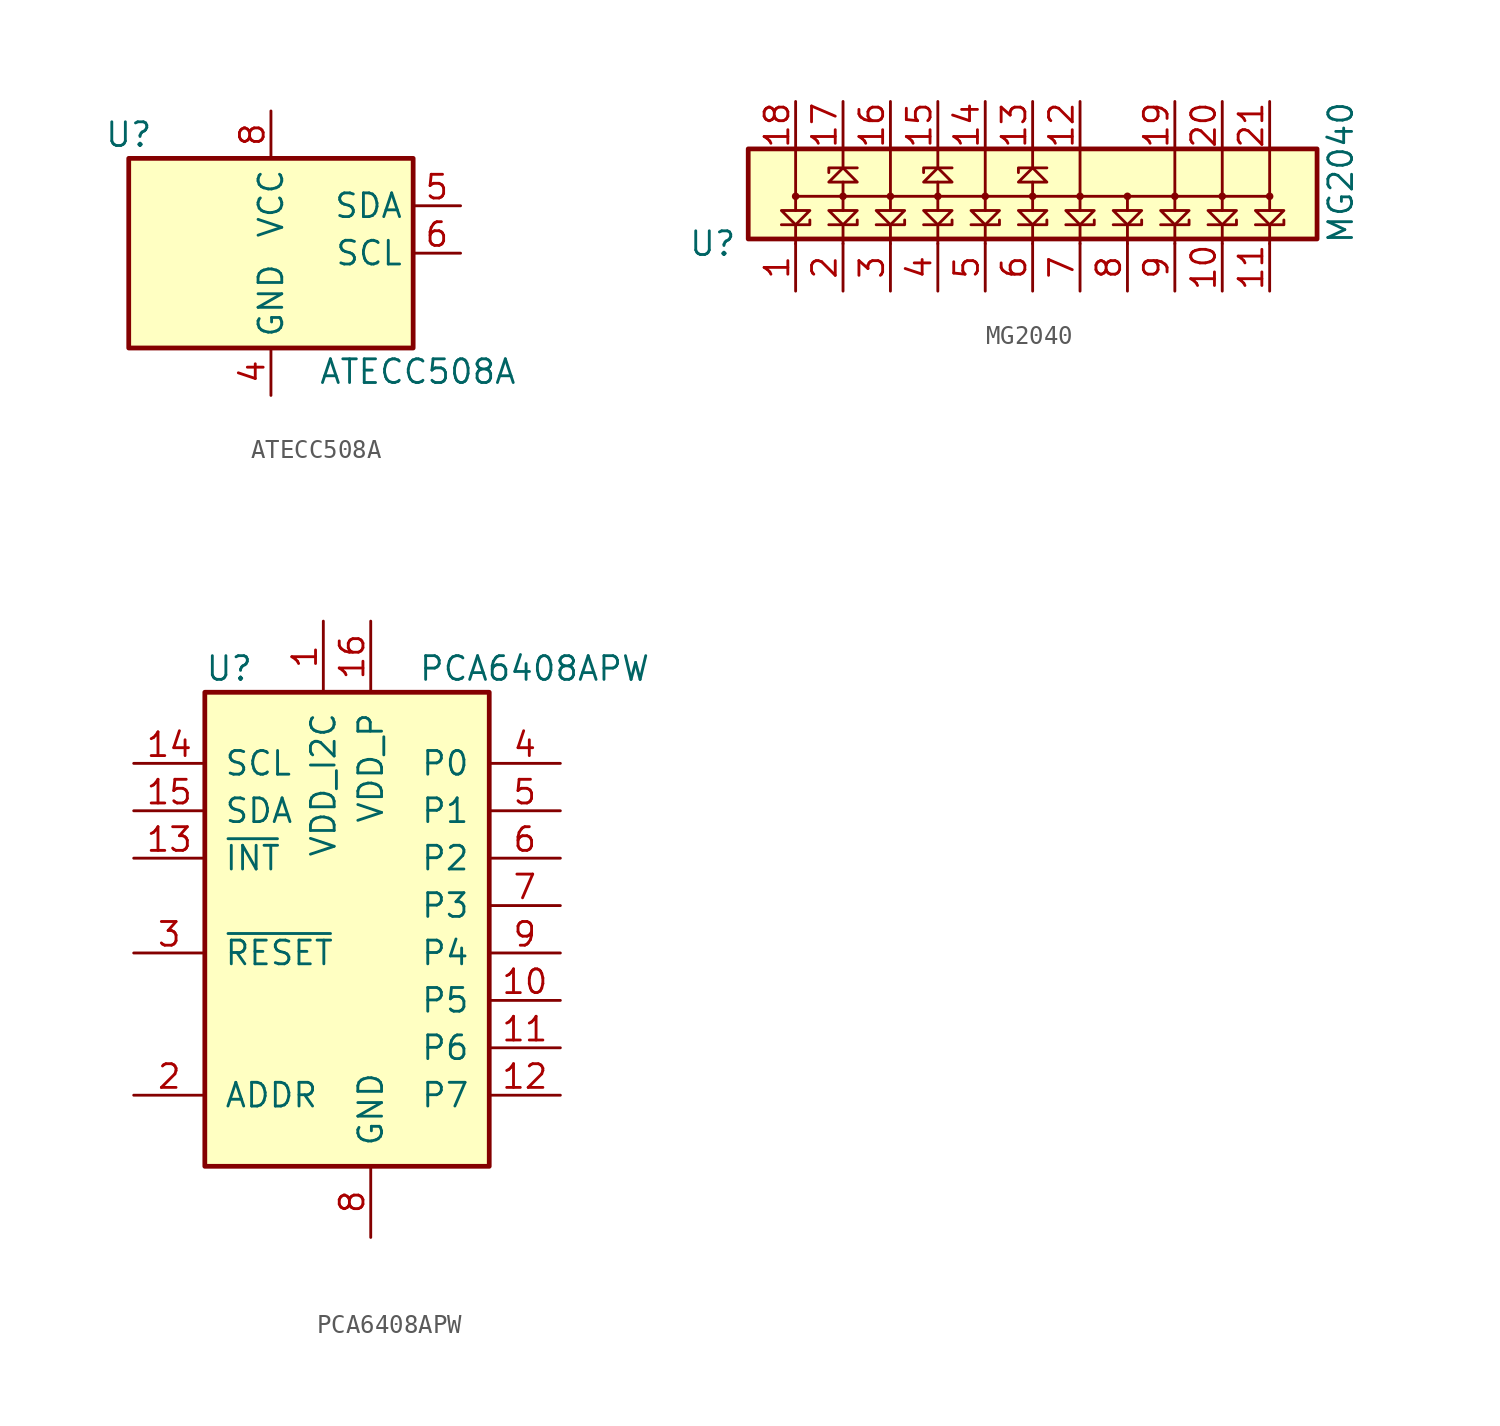
<source format=kicad_sym>
(kicad_symbol_lib
  (version 20231120)
  (generator "kicad_symbol_editor")
  (generator_version "8.0")
  (symbol "ATECC508A"
    (property "Reference" "U"
      (at -7.62 6.35 0)
      (effects (font (size 1.27 1.27))))
    (property "Value" "ATECC508A"
      (at 2.54 -6.35 0)
      (effects (font (size 1.27 1.27)) (justify left)))
    (symbol "ATECC508A_1_1"
      (rectangle (start -7.62 5.08) (end 7.62 -5.08) (stroke (width 0.254) (type default)) (fill (type background)))
      (pin power_in line (at 0 -7.62 90) (length 2.54) (name "GND" (effects (font (size 1.27 1.27)))) (number "4" (effects (font (size 1.27 1.27)))))
      (pin input line (at 10.16 2.54 180) (length 2.54) (name "SDA" (effects (font (size 1.27 1.27)))) (number "5" (effects (font (size 1.27 1.27)))))
      (pin input line (at 10.16 0 180) (length 2.54) (name "SCL" (effects (font (size 1.27 1.27)))) (number "6" (effects (font (size 1.27 1.27)))))
      (pin power_in line (at 0 7.62 270) (length 2.54) (name "VCC" (effects (font (size 1.27 1.27)))) (number "8" (effects (font (size 1.27 1.27)))))
      (pin power_in line (at 0 -7.62 90) (length 2.54) hide (name "GND" (effects (font (size 1.27 1.27)))) (number "9" (effects (font (size 1.27 1.27)))))))
  (symbol "MG2040"
    (property "Reference" "U"
      (at -6.985 -2.54 0)
      (effects (font (size 1.27 1.27))))
    (property "Value" "MG2040"
      (at 26.67 1.27 90)
      (effects (font (size 1.27 1.27))))
    (symbol "MG2040_0_1"
      (rectangle (start -5.08 2.54) (end 25.4 -2.286) (stroke (width 0.254) (type default)) (fill (type background)))
      (polyline (pts (xy -2.54 0) (xy 22.86 0)) (stroke (width 0) (type default)) (fill (type none)))
      (polyline (pts (xy 5.08 -1.524) (xy 5.08 -2.54)) (stroke (width 0) (type default)) (fill (type none)))
      (polyline (pts (xy 5.08 0.762) (xy 5.08 -0.762)) (stroke (width 0) (type default)) (fill (type none)))
      (polyline (pts (xy 4.318 -1.524) (xy 5.842 -1.524) (xy 5.842 -1.27)) (stroke (width 0) (type default)) (fill (type none)))
      (polyline (pts (xy 5.842 -0.762) (xy 4.318 -0.762) (xy 5.08 -1.524) (xy 5.842 -0.762)) (stroke (width 0) (type default)) (fill (type none)))
      (circle (center 5.08 0) (radius 0.127) (stroke (width 0) (type default)) (fill (type none))))
    (symbol "MG2040_1_1"
      (circle (center -2.54 0) (radius 0.127) (stroke (width 0) (type default)) (fill (type none)))
      (polyline (pts (xy -2.54 -1.524) (xy -2.54 -2.54)) (stroke (width 0) (type default)) (fill (type none)))
      (polyline (pts (xy -2.54 2.54) (xy -2.54 -0.762)) (stroke (width 0) (type default)) (fill (type none)))
      (polyline (pts (xy 0 -1.524) (xy 0 -2.54)) (stroke (width 0) (type default)) (fill (type none)))
      (polyline (pts (xy 0 0.762) (xy 0 -0.762)) (stroke (width 0) (type default)) (fill (type none)))
      (polyline (pts (xy 0 1.524) (xy 0 2.54)) (stroke (width 0) (type default)) (fill (type none)))
      (polyline (pts (xy 2.54 -1.524) (xy 2.54 -2.54)) (stroke (width 0) (type default)) (fill (type none)))
      (polyline (pts (xy 2.54 2.54) (xy 2.54 -0.762)) (stroke (width 0) (type default)) (fill (type none)))
      (polyline (pts (xy 5.08 1.524) (xy 5.08 2.54)) (stroke (width 0) (type default)) (fill (type none)))
      (polyline (pts (xy 7.62 -1.524) (xy 7.62 -2.54)) (stroke (width 0) (type default)) (fill (type none)))
      (polyline (pts (xy 7.62 2.54) (xy 7.62 -0.762)) (stroke (width 0) (type default)) (fill (type none)))
      (polyline (pts (xy 10.16 -1.524) (xy 10.16 -2.54)) (stroke (width 0) (type default)) (fill (type none)))
      (polyline (pts (xy 10.16 0.762) (xy 10.16 -0.762)) (stroke (width 0) (type default)) (fill (type none)))
      (polyline (pts (xy 10.16 1.524) (xy 10.16 2.54)) (stroke (width 0) (type default)) (fill (type none)))
      (polyline (pts (xy 12.7 -1.524) (xy 12.7 -2.54)) (stroke (width 0) (type default)) (fill (type none)))
      (polyline (pts (xy 12.7 2.54) (xy 12.7 -0.762)) (stroke (width 0) (type default)) (fill (type none)))
      (polyline (pts (xy 15.24 -1.524) (xy 15.24 -2.54)) (stroke (width 0) (type default)) (fill (type none)))
      (polyline (pts (xy 15.24 0) (xy 15.24 -0.762)) (stroke (width 0) (type default)) (fill (type none)))
      (polyline (pts (xy 17.78 -1.524) (xy 17.78 -2.54)) (stroke (width 0) (type default)) (fill (type none)))
      (polyline (pts (xy 17.78 2.54) (xy 17.78 -0.762)) (stroke (width 0) (type default)) (fill (type none)))
      (polyline (pts (xy 20.32 -1.524) (xy 20.32 -2.54)) (stroke (width 0) (type default)) (fill (type none)))
      (polyline (pts (xy 20.32 2.54) (xy 20.32 -0.762)) (stroke (width 0) (type default)) (fill (type none)))
      (polyline (pts (xy 22.86 -1.524) (xy 22.86 -2.54)) (stroke (width 0) (type default)) (fill (type none)))
      (polyline (pts (xy 22.86 2.54) (xy 22.86 -0.762)) (stroke (width 0) (type default)) (fill (type none)))
      (polyline (pts (xy -3.302 -1.524) (xy -1.778 -1.524) (xy -1.778 -1.27)) (stroke (width 0) (type default)) (fill (type none)))
      (polyline (pts (xy -0.762 -1.524) (xy 0.762 -1.524) (xy 0.762 -1.27)) (stroke (width 0) (type default)) (fill (type none)))
      (polyline (pts (xy 0.762 1.524) (xy -0.762 1.524) (xy -0.762 1.27)) (stroke (width 0) (type default)) (fill (type none)))
      (polyline (pts (xy 1.778 -1.524) (xy 3.302 -1.524) (xy 3.302 -1.27)) (stroke (width 0) (type default)) (fill (type none)))
      (polyline (pts (xy 5.842 1.524) (xy 4.318 1.524) (xy 4.318 1.27)) (stroke (width 0) (type default)) (fill (type none)))
      (polyline (pts (xy 6.858 -1.524) (xy 8.382 -1.524) (xy 8.382 -1.27)) (stroke (width 0) (type default)) (fill (type none)))
      (polyline (pts (xy 9.398 -1.524) (xy 10.922 -1.524) (xy 10.922 -1.27)) (stroke (width 0) (type default)) (fill (type none)))
      (polyline (pts (xy 10.922 1.524) (xy 9.398 1.524) (xy 9.398 1.27)) (stroke (width 0) (type default)) (fill (type none)))
      (polyline (pts (xy 11.938 -1.524) (xy 13.462 -1.524) (xy 13.462 -1.27)) (stroke (width 0) (type default)) (fill (type none)))
      (polyline (pts (xy 14.478 -1.524) (xy 16.002 -1.524) (xy 16.002 -1.27)) (stroke (width 0) (type default)) (fill (type none)))
      (polyline (pts (xy 17.018 -1.524) (xy 18.542 -1.524) (xy 18.542 -1.27)) (stroke (width 0) (type default)) (fill (type none)))
      (polyline (pts (xy 19.558 -1.524) (xy 21.082 -1.524) (xy 21.082 -1.27)) (stroke (width 0) (type default)) (fill (type none)))
      (polyline (pts (xy 22.098 -1.524) (xy 23.622 -1.524) (xy 23.622 -1.27)) (stroke (width 0) (type default)) (fill (type none)))
      (polyline (pts (xy -1.778 -0.762) (xy -3.302 -0.762) (xy -2.54 -1.524) (xy -1.778 -0.762)) (stroke (width 0) (type default)) (fill (type none)))
      (polyline (pts (xy -0.762 0.762) (xy 0.762 0.762) (xy 0 1.524) (xy -0.762 0.762)) (stroke (width 0) (type default)) (fill (type none)))
      (polyline (pts (xy 0.762 -0.762) (xy -0.762 -0.762) (xy 0 -1.524) (xy 0.762 -0.762)) (stroke (width 0) (type default)) (fill (type none)))
      (polyline (pts (xy 3.302 -0.762) (xy 1.778 -0.762) (xy 2.54 -1.524) (xy 3.302 -0.762)) (stroke (width 0) (type default)) (fill (type none)))
      (polyline (pts (xy 4.318 0.762) (xy 5.842 0.762) (xy 5.08 1.524) (xy 4.318 0.762)) (stroke (width 0) (type default)) (fill (type none)))
      (polyline (pts (xy 8.382 -0.762) (xy 6.858 -0.762) (xy 7.62 -1.524) (xy 8.382 -0.762)) (stroke (width 0) (type default)) (fill (type none)))
      (polyline (pts (xy 9.398 0.762) (xy 10.922 0.762) (xy 10.16 1.524) (xy 9.398 0.762)) (stroke (width 0) (type default)) (fill (type none)))
      (polyline (pts (xy 10.922 -0.762) (xy 9.398 -0.762) (xy 10.16 -1.524) (xy 10.922 -0.762)) (stroke (width 0) (type default)) (fill (type none)))
      (polyline (pts (xy 13.462 -0.762) (xy 11.938 -0.762) (xy 12.7 -1.524) (xy 13.462 -0.762)) (stroke (width 0) (type default)) (fill (type none)))
      (polyline (pts (xy 16.002 -0.762) (xy 14.478 -0.762) (xy 15.24 -1.524) (xy 16.002 -0.762)) (stroke (width 0) (type default)) (fill (type none)))
      (polyline (pts (xy 18.542 -0.762) (xy 17.018 -0.762) (xy 17.78 -1.524) (xy 18.542 -0.762)) (stroke (width 0) (type default)) (fill (type none)))
      (polyline (pts (xy 21.082 -0.762) (xy 19.558 -0.762) (xy 20.32 -1.524) (xy 21.082 -0.762)) (stroke (width 0) (type default)) (fill (type none)))
      (polyline (pts (xy 23.622 -0.762) (xy 22.098 -0.762) (xy 22.86 -1.524) (xy 23.622 -0.762)) (stroke (width 0) (type default)) (fill (type none)))
      (circle (center 0 0) (radius 0.127) (stroke (width 0) (type default)) (fill (type none)))
      (circle (center 2.54 0) (radius 0.127) (stroke (width 0) (type default)) (fill (type none)))
      (circle (center 7.62 0) (radius 0.127) (stroke (width 0) (type default)) (fill (type none)))
      (circle (center 10.16 0) (radius 0.127) (stroke (width 0) (type default)) (fill (type none)))
      (circle (center 12.7 0) (radius 0.127) (stroke (width 0) (type default)) (fill (type none)))
      (circle (center 15.24 0) (radius 0.127) (stroke (width 0) (type default)) (fill (type none)))
      (circle (center 17.78 0) (radius 0.127) (stroke (width 0) (type default)) (fill (type none)))
      (circle (center 20.32 0) (radius 0.127) (stroke (width 0) (type default)) (fill (type none)))
      (circle (center 22.86 0) (radius 0.127) (stroke (width 0) (type default)) (fill (type none)))
      (pin passive line (at -2.54 -5.08 90) (length 2.54) (name "~" (effects (font (size 1.27 1.27)))) (number "1" (effects (font (size 1.27 1.27)))))
      (pin passive line (at 20.32 -5.08 90) (length 2.54) (name "~" (effects (font (size 1.27 1.27)))) (number "10" (effects (font (size 1.27 1.27)))))
      (pin passive line (at 22.86 -5.08 90) (length 2.54) (name "~" (effects (font (size 1.27 1.27)))) (number "11" (effects (font (size 1.27 1.27)))))
      (pin passive line (at 12.7 5.08 270) (length 2.54) (name "~" (effects (font (size 1.27 1.27)))) (number "12" (effects (font (size 1.27 1.27)))))
      (pin passive line (at 10.16 5.08 270) (length 2.54) (name "~" (effects (font (size 1.27 1.27)))) (number "13" (effects (font (size 1.27 1.27)))))
      (pin passive line (at 7.62 5.08 270) (length 2.54) (name "~" (effects (font (size 1.27 1.27)))) (number "14" (effects (font (size 1.27 1.27)))))
      (pin passive line (at 5.08 5.08 270) (length 2.54) (name "~" (effects (font (size 1.27 1.27)))) (number "15" (effects (font (size 1.27 1.27)))))
      (pin passive line (at 2.54 5.08 270) (length 2.54) (name "~" (effects (font (size 1.27 1.27)))) (number "16" (effects (font (size 1.27 1.27)))))
      (pin passive line (at 0 5.08 270) (length 2.54) (name "~" (effects (font (size 1.27 1.27)))) (number "17" (effects (font (size 1.27 1.27)))))
      (pin passive line (at -2.54 5.08 270) (length 2.54) (name "~" (effects (font (size 1.27 1.27)))) (number "18" (effects (font (size 1.27 1.27)))))
      (pin passive line (at 17.78 5.08 270) (length 2.54) (name "~" (effects (font (size 1.27 1.27)))) (number "19" (effects (font (size 1.27 1.27)))))
      (pin passive line (at 0 -5.08 90) (length 2.54) (name "~" (effects (font (size 1.27 1.27)))) (number "2" (effects (font (size 1.27 1.27)))))
      (pin passive line (at 20.32 5.08 270) (length 2.54) (name "~" (effects (font (size 1.27 1.27)))) (number "20" (effects (font (size 1.27 1.27)))))
      (pin passive line (at 22.86 5.08 270) (length 2.54) (name "~" (effects (font (size 1.27 1.27)))) (number "21" (effects (font (size 1.27 1.27)))))
      (pin passive line (at 2.54 -5.08 90) (length 2.54) (name "~" (effects (font (size 1.27 1.27)))) (number "3" (effects (font (size 1.27 1.27)))))
      (pin passive line (at 5.08 -5.08 90) (length 2.54) (name "~" (effects (font (size 1.27 1.27)))) (number "4" (effects (font (size 1.27 1.27)))))
      (pin passive line (at 7.62 -5.08 90) (length 2.54) (name "~" (effects (font (size 1.27 1.27)))) (number "5" (effects (font (size 1.27 1.27)))))
      (pin passive line (at 10.16 -5.08 90) (length 2.54) (name "~" (effects (font (size 1.27 1.27)))) (number "6" (effects (font (size 1.27 1.27)))))
      (pin passive line (at 12.7 -5.08 90) (length 2.54) (name "~" (effects (font (size 1.27 1.27)))) (number "7" (effects (font (size 1.27 1.27)))))
      (pin passive line (at 15.24 -5.08 90) (length 2.54) (name "~" (effects (font (size 1.27 1.27)))) (number "8" (effects (font (size 1.27 1.27)))))
      (pin passive line (at 17.78 -5.08 90) (length 2.54) (name "~" (effects (font (size 1.27 1.27)))) (number "9" (effects (font (size 1.27 1.27)))))))
  (symbol "PCA6408APW"
    (pin_names
      (offset 1.016))
    (property "Reference" "U"
      (at -8.89 12.7 0)
      (effects (font (size 1.27 1.27)) (justify left)))
    (property "Value" "PCA6408APW"
      (at 2.54 12.7 0)
      (effects (font (size 1.27 1.27)) (justify left)))
    (symbol "PCA6408APW_0_1"
      (rectangle (start -8.89 -13.97) (end 6.35 11.43) (stroke (width 0.254) (type default)) (fill (type background))))
    (symbol "PCA6408APW_1_1"
      (pin power_in line (at -2.54 15.24 270) (length 3.81) (name "VDD_I2C" (effects (font (size 1.27 1.27)))) (number "1" (effects (font (size 1.27 1.27)))))
      (pin bidirectional line (at 10.16 -5.08 180) (length 3.81) (name "P5" (effects (font (size 1.27 1.27)))) (number "10" (effects (font (size 1.27 1.27)))))
      (pin bidirectional line (at 10.16 -7.62 180) (length 3.81) (name "P6" (effects (font (size 1.27 1.27)))) (number "11" (effects (font (size 1.27 1.27)))))
      (pin bidirectional line (at 10.16 -10.16 180) (length 3.81) (name "P7" (effects (font (size 1.27 1.27)))) (number "12" (effects (font (size 1.27 1.27)))))
      (pin open_collector line (at -12.7 2.54 0) (length 3.81) (name "~{INT}" (effects (font (size 1.27 1.27)))) (number "13" (effects (font (size 1.27 1.27)))))
      (pin input line (at -12.7 7.62 0) (length 3.81) (name "SCL" (effects (font (size 1.27 1.27)))) (number "14" (effects (font (size 1.27 1.27)))))
      (pin bidirectional line (at -12.7 5.08 0) (length 3.81) (name "SDA" (effects (font (size 1.27 1.27)))) (number "15" (effects (font (size 1.27 1.27)))))
      (pin power_in line (at 0 15.24 270) (length 3.81) (name "VDD_P" (effects (font (size 1.27 1.27)))) (number "16" (effects (font (size 1.27 1.27)))))
      (pin input line (at -12.7 -10.16 0) (length 3.81) (name "ADDR" (effects (font (size 1.27 1.27)))) (number "2" (effects (font (size 1.27 1.27)))))
      (pin input line (at -12.7 -2.54 0) (length 3.81) (name "~{RESET}" (effects (font (size 1.27 1.27)))) (number "3" (effects (font (size 1.27 1.27)))))
      (pin bidirectional line (at 10.16 7.62 180) (length 3.81) (name "P0" (effects (font (size 1.27 1.27)))) (number "4" (effects (font (size 1.27 1.27)))))
      (pin bidirectional line (at 10.16 5.08 180) (length 3.81) (name "P1" (effects (font (size 1.27 1.27)))) (number "5" (effects (font (size 1.27 1.27)))))
      (pin bidirectional line (at 10.16 2.54 180) (length 3.81) (name "P2" (effects (font (size 1.27 1.27)))) (number "6" (effects (font (size 1.27 1.27)))))
      (pin bidirectional line (at 10.16 0 180) (length 3.81) (name "P3" (effects (font (size 1.27 1.27)))) (number "7" (effects (font (size 1.27 1.27)))))
      (pin power_in line (at 0 -17.78 90) (length 3.81) (name "GND" (effects (font (size 1.27 1.27)))) (number "8" (effects (font (size 1.27 1.27)))))
      (pin bidirectional line (at 10.16 -2.54 180) (length 3.81) (name "P4" (effects (font (size 1.27 1.27)))) (number "9" (effects (font (size 1.27 1.27))))))))
</source>
